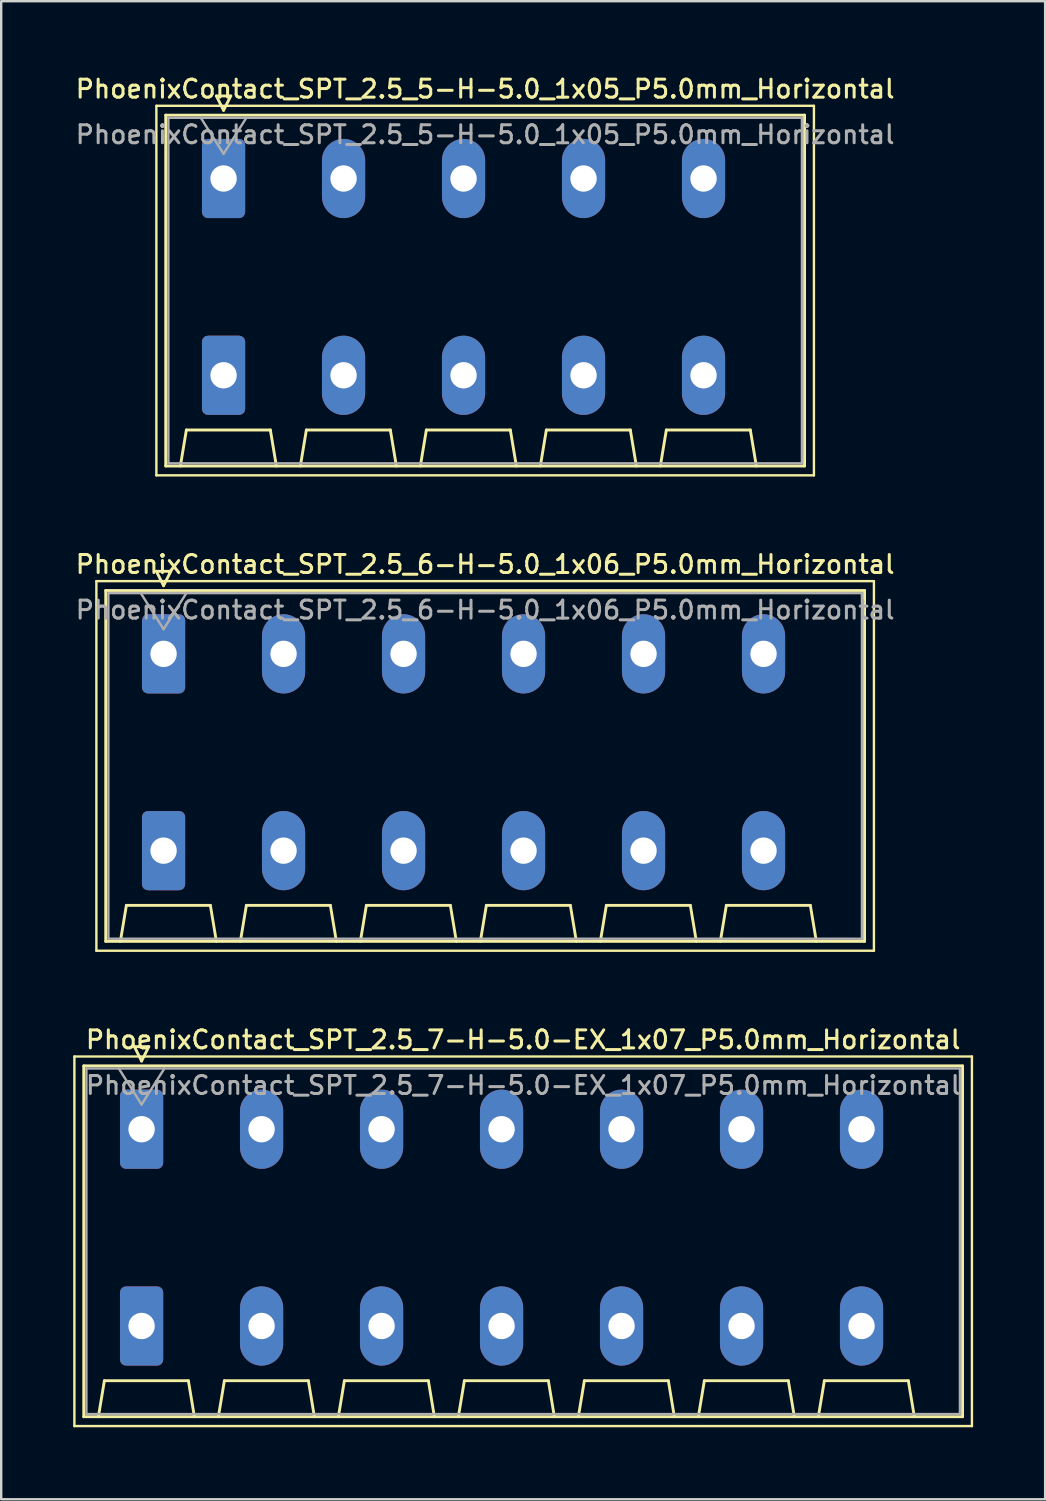
<source format=kicad_pcb>
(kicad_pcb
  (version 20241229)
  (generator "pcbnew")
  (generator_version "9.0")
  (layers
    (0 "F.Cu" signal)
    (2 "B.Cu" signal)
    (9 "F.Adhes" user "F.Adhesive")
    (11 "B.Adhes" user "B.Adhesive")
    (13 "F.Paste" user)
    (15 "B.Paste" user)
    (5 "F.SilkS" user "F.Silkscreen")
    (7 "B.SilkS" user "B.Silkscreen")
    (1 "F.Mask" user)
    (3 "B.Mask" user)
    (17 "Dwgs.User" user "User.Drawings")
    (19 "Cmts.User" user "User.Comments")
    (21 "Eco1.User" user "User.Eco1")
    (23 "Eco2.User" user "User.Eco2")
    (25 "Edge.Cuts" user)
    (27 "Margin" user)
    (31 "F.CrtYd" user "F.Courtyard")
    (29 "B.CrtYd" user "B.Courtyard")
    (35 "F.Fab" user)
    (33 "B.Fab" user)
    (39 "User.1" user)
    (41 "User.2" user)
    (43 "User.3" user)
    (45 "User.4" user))
  (footprint "PhoenixContact_SPT_2.5_6-H-5.0_1x06_P5.0mm_Horizontal"
    (layer "F.Cu")
    (at 3.766 24.196)
    (property "Reference" "PhoenixContact_SPT_2.5_6-H-5.0_1x06_P5.0mm_Horizontal" (at 13.4 -3.73 0) (layer "F.SilkS") (effects (font (size 0.75 0.75) (thickness 0.125))))
    (attr through_hole)
    (fp_line (start -2.8 -3.03) (end -2.8 12.37) (stroke (width 0.1) (type solid)) (layer "F.SilkS"))
    (fp_line (start -2.8 12.37) (end 29.6 12.37) (stroke (width 0.1) (type solid)) (layer "F.SilkS"))
    (fp_line (start -2.41 -2.64) (end 29.21 -2.64) (stroke (width 0.12) (type solid)) (layer "F.SilkS"))
    (fp_line (start -2.41 11.98) (end -2.41 -2.64) (stroke (width 0.12) (type solid)) (layer "F.SilkS"))
    (fp_line (start -1.8 11.98) (end -1.55 10.48) (stroke (width 0.12) (type solid)) (layer "F.SilkS"))
    (fp_line (start -1.55 10.48) (end 1.95 10.48) (stroke (width 0.12) (type solid)) (layer "F.SilkS"))
    (fp_line (start -0.3 -3.44) (end 0 -2.84) (stroke (width 0.12) (type solid)) (layer "F.SilkS"))
    (fp_line (start -0.3 -3.44) (end 0.3 -3.44) (stroke (width 0.12) (type solid)) (layer "F.SilkS"))
    (fp_line (start 0.3 -3.44) (end 0 -2.84) (stroke (width 0.12) (type solid)) (layer "F.SilkS"))
    (fp_line (start 2.2 11.98) (end 1.95 10.48) (stroke (width 0.12) (type solid)) (layer "F.SilkS"))
    (fp_line (start 3.2 11.98) (end 3.45 10.48) (stroke (width 0.12) (type solid)) (layer "F.SilkS"))
    (fp_line (start 3.45 10.48) (end 6.95 10.48) (stroke (width 0.12) (type solid)) (layer "F.SilkS"))
    (fp_line (start 7.2 11.98) (end 6.95 10.48) (stroke (width 0.12) (type solid)) (layer "F.SilkS"))
    (fp_line (start 8.2 11.98) (end 8.45 10.48) (stroke (width 0.12) (type solid)) (layer "F.SilkS"))
    (fp_line (start 8.45 10.48) (end 11.95 10.48) (stroke (width 0.12) (type solid)) (layer "F.SilkS"))
    (fp_line (start 12.2 11.98) (end 11.95 10.48) (stroke (width 0.12) (type solid)) (layer "F.SilkS"))
    (fp_line (start 13.2 11.98) (end 13.45 10.48) (stroke (width 0.12) (type solid)) (layer "F.SilkS"))
    (fp_line (start 13.45 10.48) (end 16.95 10.48) (stroke (width 0.12) (type solid)) (layer "F.SilkS"))
    (fp_line (start 17.2 11.98) (end 16.95 10.48) (stroke (width 0.12) (type solid)) (layer "F.SilkS"))
    (fp_line (start 18.2 11.98) (end 18.45 10.48) (stroke (width 0.12) (type solid)) (layer "F.SilkS"))
    (fp_line (start 18.45 10.48) (end 21.95 10.48) (stroke (width 0.12) (type solid)) (layer "F.SilkS"))
    (fp_line (start 22.2 11.98) (end 21.95 10.48) (stroke (width 0.12) (type solid)) (layer "F.SilkS"))
    (fp_line (start 23.2 11.98) (end 23.45 10.48) (stroke (width 0.12) (type solid)) (layer "F.SilkS"))
    (fp_line (start 23.45 10.48) (end 26.95 10.48) (stroke (width 0.12) (type solid)) (layer "F.SilkS"))
    (fp_line (start 27.2 11.98) (end 26.95 10.48) (stroke (width 0.12) (type solid)) (layer "F.SilkS"))
    (fp_line (start 29.21 -2.64) (end 29.21 11.98) (stroke (width 0.12) (type solid)) (layer "F.SilkS"))
    (fp_line (start 29.21 11.98) (end -2.41 11.98) (stroke (width 0.12) (type solid)) (layer "F.SilkS"))
    (fp_line (start 29.6 -3.03) (end -2.8 -3.03) (stroke (width 0.1) (type solid)) (layer "F.SilkS"))
    (fp_line (start 29.6 12.37) (end 29.6 -3.03) (stroke (width 0.1) (type solid)) (layer "F.SilkS"))
    (fp_line (start -2.3 -2.53) (end -2.3 11.87) (stroke (width 0.1) (type solid)) (layer "F.Fab"))
    (fp_line (start -2.3 11.87) (end 29.1 11.87) (stroke (width 0.1) (type solid)) (layer "F.Fab"))
    (fp_line (start -0.95 -2.53) (end 0 -1.03) (stroke (width 0.1) (type solid)) (layer "F.Fab"))
    (fp_line (start 0.95 -2.53) (end 0 -1.03) (stroke (width 0.1) (type solid)) (layer "F.Fab"))
    (fp_line (start 29.1 -2.53) (end -2.3 -2.53) (stroke (width 0.1) (type solid)) (layer "F.Fab"))
    (fp_line (start 29.1 11.87) (end 29.1 -2.53) (stroke (width 0.1) (type solid)) (layer "F.Fab"))
    (fp_text user "${REFERENCE}" (at 13.4 -1.83 0) (layer "F.Fab") (effects (font (size 0.75 0.75) (thickness 0.125))))
    (pad "1" thru_hole roundrect (at 0 0) (size 1.8 3.3) (drill 1.1) (layers "*.Cu" "*.Mask") (roundrect_rratio 0.139))
    (pad "1" thru_hole roundrect (at 0 8.2) (size 1.8 3.3) (drill 1.1) (layers "*.Cu" "*.Mask") (roundrect_rratio 0.139))
    (pad "2" thru_hole oval (at 5 0) (size 1.8 3.3) (drill 1.1) (layers "*.Cu" "*.Mask"))
    (pad "2" thru_hole oval (at 5 8.2) (size 1.8 3.3) (drill 1.1) (layers "*.Cu" "*.Mask"))
    (pad "3" thru_hole oval (at 10 0) (size 1.8 3.3) (drill 1.1) (layers "*.Cu" "*.Mask"))
    (pad "3" thru_hole oval (at 10 8.2) (size 1.8 3.3) (drill 1.1) (layers "*.Cu" "*.Mask"))
    (pad "4" thru_hole oval (at 15 0) (size 1.8 3.3) (drill 1.1) (layers "*.Cu" "*.Mask"))
    (pad "4" thru_hole oval (at 15 8.2) (size 1.8 3.3) (drill 1.1) (layers "*.Cu" "*.Mask"))
    (pad "5" thru_hole oval (at 20 0) (size 1.8 3.3) (drill 1.1) (layers "*.Cu" "*.Mask"))
    (pad "5" thru_hole oval (at 20 8.2) (size 1.8 3.3) (drill 1.1) (layers "*.Cu" "*.Mask"))
    (pad "6" thru_hole oval (at 25 0) (size 1.8 3.3) (drill 1.1) (layers "*.Cu" "*.Mask"))
    (pad "6" thru_hole oval (at 25 8.2) (size 1.8 3.3) (drill 1.1) (layers "*.Cu" "*.Mask")))
  (footprint "PhoenixContact_SPT_2.5_7-H-5.0-EX_1x07_P5.0mm_Horizontal"
    (layer "F.Cu")
    (at 2.85 44.004)
    (property "Reference" "PhoenixContact_SPT_2.5_7-H-5.0-EX_1x07_P5.0mm_Horizontal" (at 15.9 -3.73 0) (layer "F.SilkS") (effects (font (size 0.75 0.75) (thickness 0.125))))
    (attr through_hole)
    (fp_line (start -2.8 -3.03) (end -2.8 12.37) (stroke (width 0.1) (type solid)) (layer "F.SilkS"))
    (fp_line (start -2.8 12.37) (end 34.6 12.37) (stroke (width 0.1) (type solid)) (layer "F.SilkS"))
    (fp_line (start -2.41 -2.64) (end 34.21 -2.64) (stroke (width 0.12) (type solid)) (layer "F.SilkS"))
    (fp_line (start -2.41 11.98) (end -2.41 -2.64) (stroke (width 0.12) (type solid)) (layer "F.SilkS"))
    (fp_line (start -1.8 11.98) (end -1.55 10.48) (stroke (width 0.12) (type solid)) (layer "F.SilkS"))
    (fp_line (start -1.55 10.48) (end 1.95 10.48) (stroke (width 0.12) (type solid)) (layer "F.SilkS"))
    (fp_line (start -0.3 -3.44) (end 0 -2.84) (stroke (width 0.12) (type solid)) (layer "F.SilkS"))
    (fp_line (start -0.3 -3.44) (end 0.3 -3.44) (stroke (width 0.12) (type solid)) (layer "F.SilkS"))
    (fp_line (start 0.3 -3.44) (end 0 -2.84) (stroke (width 0.12) (type solid)) (layer "F.SilkS"))
    (fp_line (start 2.2 11.98) (end 1.95 10.48) (stroke (width 0.12) (type solid)) (layer "F.SilkS"))
    (fp_line (start 3.2 11.98) (end 3.45 10.48) (stroke (width 0.12) (type solid)) (layer "F.SilkS"))
    (fp_line (start 3.45 10.48) (end 6.95 10.48) (stroke (width 0.12) (type solid)) (layer "F.SilkS"))
    (fp_line (start 7.2 11.98) (end 6.95 10.48) (stroke (width 0.12) (type solid)) (layer "F.SilkS"))
    (fp_line (start 8.2 11.98) (end 8.45 10.48) (stroke (width 0.12) (type solid)) (layer "F.SilkS"))
    (fp_line (start 8.45 10.48) (end 11.95 10.48) (stroke (width 0.12) (type solid)) (layer "F.SilkS"))
    (fp_line (start 12.2 11.98) (end 11.95 10.48) (stroke (width 0.12) (type solid)) (layer "F.SilkS"))
    (fp_line (start 13.2 11.98) (end 13.45 10.48) (stroke (width 0.12) (type solid)) (layer "F.SilkS"))
    (fp_line (start 13.45 10.48) (end 16.95 10.48) (stroke (width 0.12) (type solid)) (layer "F.SilkS"))
    (fp_line (start 17.2 11.98) (end 16.95 10.48) (stroke (width 0.12) (type solid)) (layer "F.SilkS"))
    (fp_line (start 18.2 11.98) (end 18.45 10.48) (stroke (width 0.12) (type solid)) (layer "F.SilkS"))
    (fp_line (start 18.45 10.48) (end 21.95 10.48) (stroke (width 0.12) (type solid)) (layer "F.SilkS"))
    (fp_line (start 22.2 11.98) (end 21.95 10.48) (stroke (width 0.12) (type solid)) (layer "F.SilkS"))
    (fp_line (start 23.2 11.98) (end 23.45 10.48) (stroke (width 0.12) (type solid)) (layer "F.SilkS"))
    (fp_line (start 23.45 10.48) (end 26.95 10.48) (stroke (width 0.12) (type solid)) (layer "F.SilkS"))
    (fp_line (start 27.2 11.98) (end 26.95 10.48) (stroke (width 0.12) (type solid)) (layer "F.SilkS"))
    (fp_line (start 28.2 11.98) (end 28.45 10.48) (stroke (width 0.12) (type solid)) (layer "F.SilkS"))
    (fp_line (start 28.45 10.48) (end 31.95 10.48) (stroke (width 0.12) (type solid)) (layer "F.SilkS"))
    (fp_line (start 32.2 11.98) (end 31.95 10.48) (stroke (width 0.12) (type solid)) (layer "F.SilkS"))
    (fp_line (start 34.21 -2.64) (end 34.21 11.98) (stroke (width 0.12) (type solid)) (layer "F.SilkS"))
    (fp_line (start 34.21 11.98) (end -2.41 11.98) (stroke (width 0.12) (type solid)) (layer "F.SilkS"))
    (fp_line (start 34.6 -3.03) (end -2.8 -3.03) (stroke (width 0.1) (type solid)) (layer "F.SilkS"))
    (fp_line (start 34.6 12.37) (end 34.6 -3.03) (stroke (width 0.1) (type solid)) (layer "F.SilkS"))
    (fp_line (start -2.3 -2.53) (end -2.3 11.87) (stroke (width 0.1) (type solid)) (layer "F.Fab"))
    (fp_line (start -2.3 11.87) (end 34.1 11.87) (stroke (width 0.1) (type solid)) (layer "F.Fab"))
    (fp_line (start -0.95 -2.53) (end 0 -1.03) (stroke (width 0.1) (type solid)) (layer "F.Fab"))
    (fp_line (start 0.95 -2.53) (end 0 -1.03) (stroke (width 0.1) (type solid)) (layer "F.Fab"))
    (fp_line (start 34.1 -2.53) (end -2.3 -2.53) (stroke (width 0.1) (type solid)) (layer "F.Fab"))
    (fp_line (start 34.1 11.87) (end 34.1 -2.53) (stroke (width 0.1) (type solid)) (layer "F.Fab"))
    (fp_text user "${REFERENCE}" (at 15.9 -1.83 0) (layer "F.Fab") (effects (font (size 0.75 0.75) (thickness 0.125))))
    (pad "1" thru_hole roundrect (at 0 0) (size 1.8 3.3) (drill 1.1) (layers "*.Cu" "*.Mask") (roundrect_rratio 0.139))
    (pad "1" thru_hole roundrect (at 0 8.2) (size 1.8 3.3) (drill 1.1) (layers "*.Cu" "*.Mask") (roundrect_rratio 0.139))
    (pad "2" thru_hole oval (at 5 0) (size 1.8 3.3) (drill 1.1) (layers "*.Cu" "*.Mask"))
    (pad "2" thru_hole oval (at 5 8.2) (size 1.8 3.3) (drill 1.1) (layers "*.Cu" "*.Mask"))
    (pad "3" thru_hole oval (at 10 0) (size 1.8 3.3) (drill 1.1) (layers "*.Cu" "*.Mask"))
    (pad "3" thru_hole oval (at 10 8.2) (size 1.8 3.3) (drill 1.1) (layers "*.Cu" "*.Mask"))
    (pad "4" thru_hole oval (at 15 0) (size 1.8 3.3) (drill 1.1) (layers "*.Cu" "*.Mask"))
    (pad "4" thru_hole oval (at 15 8.2) (size 1.8 3.3) (drill 1.1) (layers "*.Cu" "*.Mask"))
    (pad "5" thru_hole oval (at 20 0) (size 1.8 3.3) (drill 1.1) (layers "*.Cu" "*.Mask"))
    (pad "5" thru_hole oval (at 20 8.2) (size 1.8 3.3) (drill 1.1) (layers "*.Cu" "*.Mask"))
    (pad "6" thru_hole oval (at 25 0) (size 1.8 3.3) (drill 1.1) (layers "*.Cu" "*.Mask"))
    (pad "6" thru_hole oval (at 25 8.2) (size 1.8 3.3) (drill 1.1) (layers "*.Cu" "*.Mask"))
    (pad "7" thru_hole oval (at 30 0) (size 1.8 3.3) (drill 1.1) (layers "*.Cu" "*.Mask"))
    (pad "7" thru_hole oval (at 30 8.2) (size 1.8 3.3) (drill 1.1) (layers "*.Cu" "*.Mask")))
  (footprint "PhoenixContact_SPT_2.5_5-H-5.0_1x05_P5.0mm_Horizontal"
    (layer "F.Cu")
    (at 6.266 4.388)
    (property "Reference" "PhoenixContact_SPT_2.5_5-H-5.0_1x05_P5.0mm_Horizontal" (at 10.9 -3.73 0) (layer "F.SilkS") (effects (font (size 0.75 0.75) (thickness 0.125))))
    (attr through_hole)
    (fp_line (start -2.8 -3.03) (end -2.8 12.37) (stroke (width 0.1) (type solid)) (layer "F.SilkS"))
    (fp_line (start -2.8 12.37) (end 24.6 12.37) (stroke (width 0.1) (type solid)) (layer "F.SilkS"))
    (fp_line (start -2.41 -2.64) (end 24.21 -2.64) (stroke (width 0.12) (type solid)) (layer "F.SilkS"))
    (fp_line (start -2.41 11.98) (end -2.41 -2.64) (stroke (width 0.12) (type solid)) (layer "F.SilkS"))
    (fp_line (start -1.8 11.98) (end -1.55 10.48) (stroke (width 0.12) (type solid)) (layer "F.SilkS"))
    (fp_line (start -1.55 10.48) (end 1.95 10.48) (stroke (width 0.12) (type solid)) (layer "F.SilkS"))
    (fp_line (start -0.3 -3.44) (end 0 -2.84) (stroke (width 0.12) (type solid)) (layer "F.SilkS"))
    (fp_line (start -0.3 -3.44) (end 0.3 -3.44) (stroke (width 0.12) (type solid)) (layer "F.SilkS"))
    (fp_line (start 0.3 -3.44) (end 0 -2.84) (stroke (width 0.12) (type solid)) (layer "F.SilkS"))
    (fp_line (start 2.2 11.98) (end 1.95 10.48) (stroke (width 0.12) (type solid)) (layer "F.SilkS"))
    (fp_line (start 3.2 11.98) (end 3.45 10.48) (stroke (width 0.12) (type solid)) (layer "F.SilkS"))
    (fp_line (start 3.45 10.48) (end 6.95 10.48) (stroke (width 0.12) (type solid)) (layer "F.SilkS"))
    (fp_line (start 7.2 11.98) (end 6.95 10.48) (stroke (width 0.12) (type solid)) (layer "F.SilkS"))
    (fp_line (start 8.2 11.98) (end 8.45 10.48) (stroke (width 0.12) (type solid)) (layer "F.SilkS"))
    (fp_line (start 8.45 10.48) (end 11.95 10.48) (stroke (width 0.12) (type solid)) (layer "F.SilkS"))
    (fp_line (start 12.2 11.98) (end 11.95 10.48) (stroke (width 0.12) (type solid)) (layer "F.SilkS"))
    (fp_line (start 13.2 11.98) (end 13.45 10.48) (stroke (width 0.12) (type solid)) (layer "F.SilkS"))
    (fp_line (start 13.45 10.48) (end 16.95 10.48) (stroke (width 0.12) (type solid)) (layer "F.SilkS"))
    (fp_line (start 17.2 11.98) (end 16.95 10.48) (stroke (width 0.12) (type solid)) (layer "F.SilkS"))
    (fp_line (start 18.2 11.98) (end 18.45 10.48) (stroke (width 0.12) (type solid)) (layer "F.SilkS"))
    (fp_line (start 18.45 10.48) (end 21.95 10.48) (stroke (width 0.12) (type solid)) (layer "F.SilkS"))
    (fp_line (start 22.2 11.98) (end 21.95 10.48) (stroke (width 0.12) (type solid)) (layer "F.SilkS"))
    (fp_line (start 24.21 -2.64) (end 24.21 11.98) (stroke (width 0.12) (type solid)) (layer "F.SilkS"))
    (fp_line (start 24.21 11.98) (end -2.41 11.98) (stroke (width 0.12) (type solid)) (layer "F.SilkS"))
    (fp_line (start 24.6 -3.03) (end -2.8 -3.03) (stroke (width 0.1) (type solid)) (layer "F.SilkS"))
    (fp_line (start 24.6 12.37) (end 24.6 -3.03) (stroke (width 0.1) (type solid)) (layer "F.SilkS"))
    (fp_line (start -2.3 -2.53) (end -2.3 11.87) (stroke (width 0.1) (type solid)) (layer "F.Fab"))
    (fp_line (start -2.3 11.87) (end 24.1 11.87) (stroke (width 0.1) (type solid)) (layer "F.Fab"))
    (fp_line (start -0.95 -2.53) (end 0 -1.03) (stroke (width 0.1) (type solid)) (layer "F.Fab"))
    (fp_line (start 0.95 -2.53) (end 0 -1.03) (stroke (width 0.1) (type solid)) (layer "F.Fab"))
    (fp_line (start 24.1 -2.53) (end -2.3 -2.53) (stroke (width 0.1) (type solid)) (layer "F.Fab"))
    (fp_line (start 24.1 11.87) (end 24.1 -2.53) (stroke (width 0.1) (type solid)) (layer "F.Fab"))
    (fp_text user "${REFERENCE}" (at 10.9 -1.83 0) (layer "F.Fab") (effects (font (size 0.75 0.75) (thickness 0.125))))
    (pad "1" thru_hole roundrect (at 0 0) (size 1.8 3.3) (drill 1.1) (layers "*.Cu" "*.Mask") (roundrect_rratio 0.139))
    (pad "1" thru_hole roundrect (at 0 8.2) (size 1.8 3.3) (drill 1.1) (layers "*.Cu" "*.Mask") (roundrect_rratio 0.139))
    (pad "2" thru_hole oval (at 5 0) (size 1.8 3.3) (drill 1.1) (layers "*.Cu" "*.Mask"))
    (pad "2" thru_hole oval (at 5 8.2) (size 1.8 3.3) (drill 1.1) (layers "*.Cu" "*.Mask"))
    (pad "3" thru_hole oval (at 10 0) (size 1.8 3.3) (drill 1.1) (layers "*.Cu" "*.Mask"))
    (pad "3" thru_hole oval (at 10 8.2) (size 1.8 3.3) (drill 1.1) (layers "*.Cu" "*.Mask"))
    (pad "4" thru_hole oval (at 15 0) (size 1.8 3.3) (drill 1.1) (layers "*.Cu" "*.Mask"))
    (pad "4" thru_hole oval (at 15 8.2) (size 1.8 3.3) (drill 1.1) (layers "*.Cu" "*.Mask"))
    (pad "5" thru_hole oval (at 20 0) (size 1.8 3.3) (drill 1.1) (layers "*.Cu" "*.Mask"))
    (pad "5" thru_hole oval (at 20 8.2) (size 1.8 3.3) (drill 1.1) (layers "*.Cu" "*.Mask")))
  (gr_rect
    (start -3 -3)
    (end 40.5 59.424)
    (stroke (width 0.1) (type default))
    (fill no)
    (layer "Edge.Cuts")))
</source>
